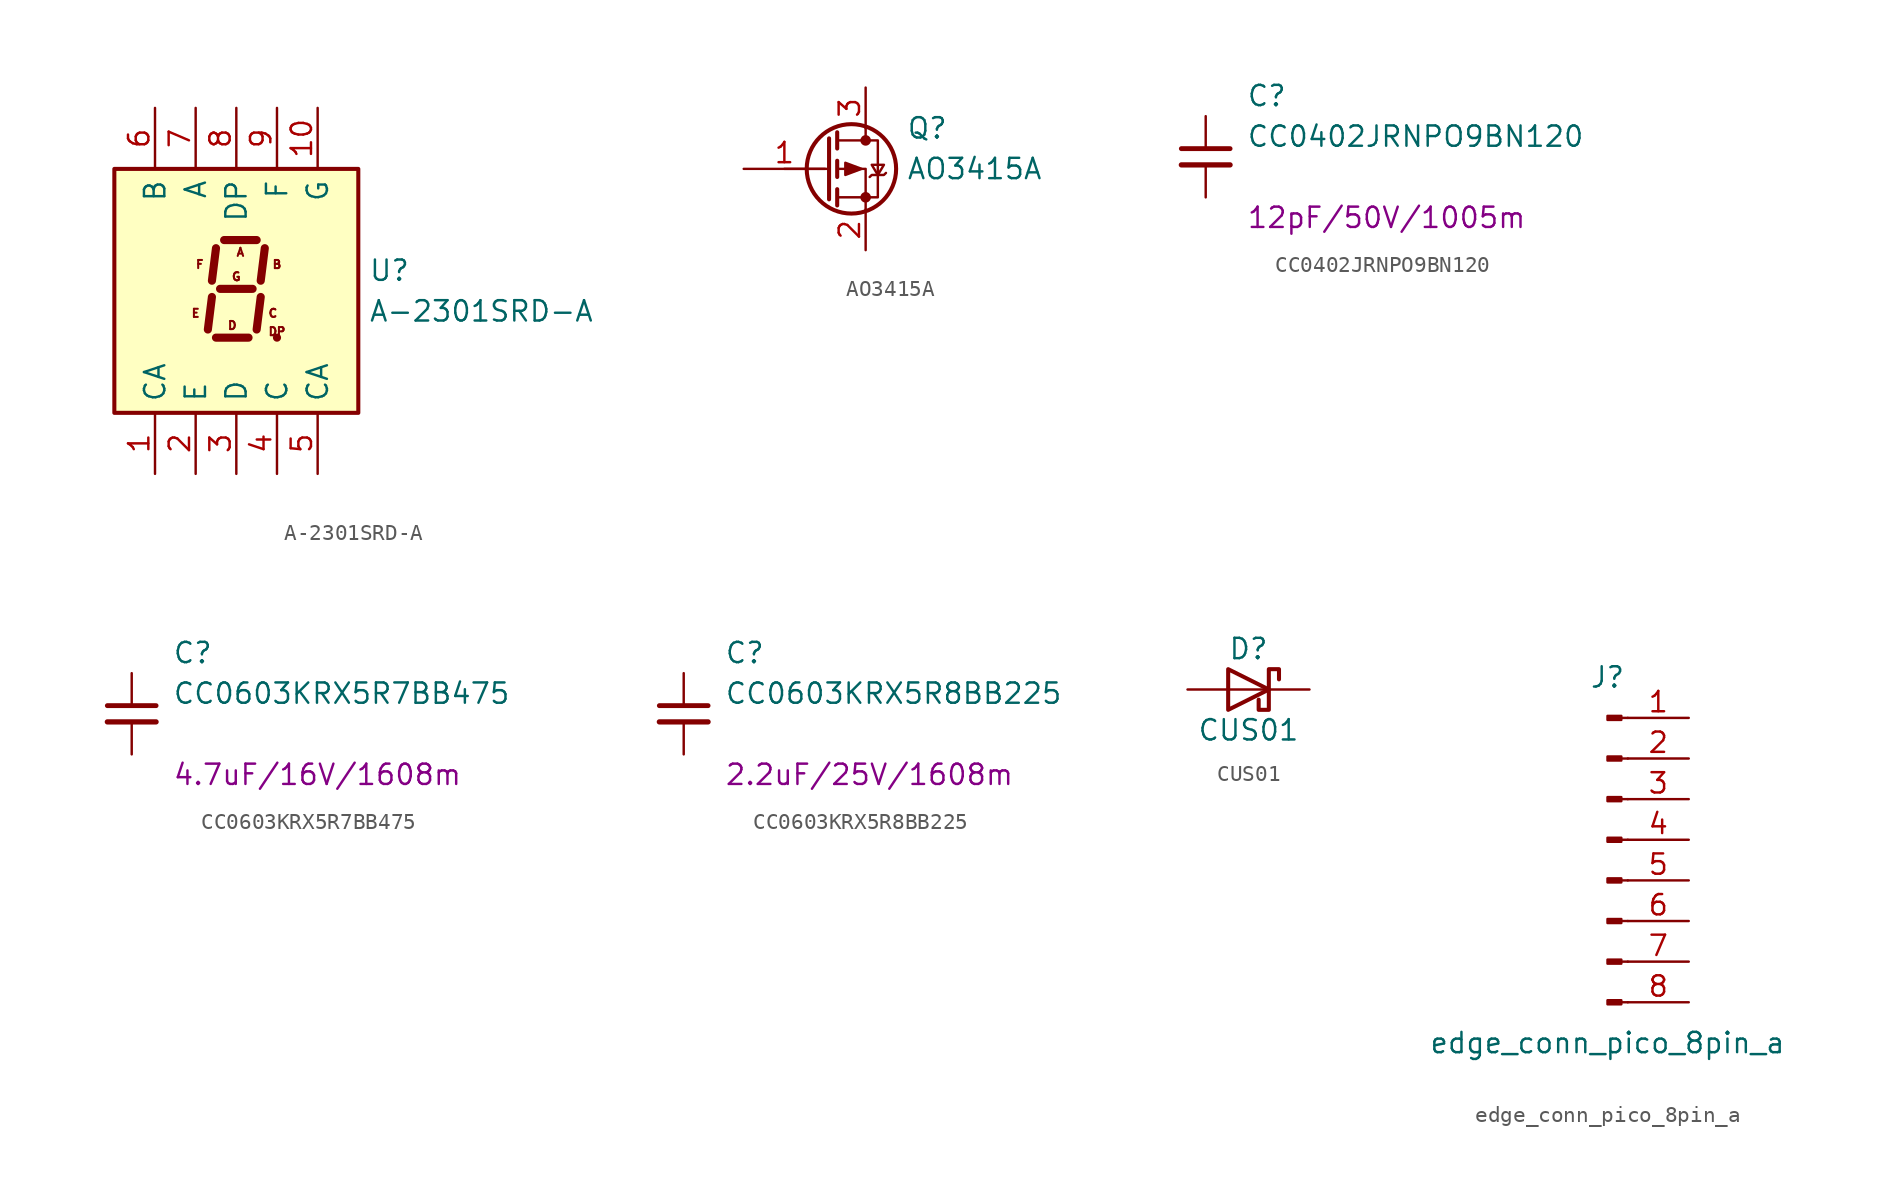
<source format=kicad_sym>
(kicad_symbol_lib
  (version 20241209)
  (generator "kicad_symbol_editor")
  (generator_version "9.0")
  (symbol "A-2301SRD-A"
    (pin_names
      (offset 0.635))
    (property "Reference" "U"
      (at 8.255 1.27 0)
      (effects (font (size 1.27 1.27)) (justify left)))
    (property "Value" "A-2301SRD-A"
      (at 8.255 -1.27 0)
      (effects (font (size 1.27 1.27)) (justify left)))
    (symbol "A-2301SRD-A_0_0"
      (text "E" (at -2.54 -1.397 0) (effects (font (size 0.508 0.508))))
      (text "F" (at -2.286 1.651 0) (effects (font (size 0.508 0.508))))
      (text "D" (at -0.254 -2.159 0) (effects (font (size 0.508 0.508))))
      (text "G" (at 0 0.889 0) (effects (font (size 0.508 0.508))))
      (text "A" (at 0.254 2.413 0) (effects (font (size 0.508 0.508))))
      (text "C" (at 2.286 -1.397 0) (effects (font (size 0.508 0.508))))
      (text "B" (at 2.54 1.651 0) (effects (font (size 0.508 0.508))))
      (text "DP" (at 2.54 -2.54 0) (effects (font (size 0.508 0.508)))))
    (symbol "A-2301SRD-A_0_1"
      (rectangle (start -7.62 7.62) (end 7.62 -7.62) (stroke (width 0.254) (type default)) (fill (type background)))
      (polyline (pts (xy -1.524 -0.381) (xy -1.778 -2.413)) (stroke (width 0.508) (type default)) (fill (type none)))
      (polyline (pts (xy -1.27 2.667) (xy -1.524 0.635)) (stroke (width 0.508) (type default)) (fill (type none)))
      (polyline (pts (xy -1.27 -2.921) (xy 0.762 -2.921)) (stroke (width 0.508) (type default)) (fill (type none)))
      (polyline (pts (xy -1.016 0.127) (xy 1.016 0.127)) (stroke (width 0.508) (type default)) (fill (type none)))
      (polyline (pts (xy -0.762 3.175) (xy 1.27 3.175)) (stroke (width 0.508) (type default)) (fill (type none)))
      (polyline (pts (xy 1.524 -0.381) (xy 1.27 -2.413)) (stroke (width 0.508) (type default)) (fill (type none)))
      (polyline (pts (xy 1.778 2.667) (xy 1.524 0.635)) (stroke (width 0.508) (type default)) (fill (type none)))
      (polyline (pts (xy 2.54 -2.921) (xy 2.54 -2.921)) (stroke (width 0.508) (type default)) (fill (type none))))
    (symbol "A-2301SRD-A_1_1"
      (pin passive line (at -5.08 11.43 270) (length 3.81) (name "B" (effects (font (size 1.27 1.27)))) (number "6" (effects (font (size 1.27 1.27)))))
      (pin passive line (at -5.08 -11.43 90) (length 3.81) (name "CA" (effects (font (size 1.27 1.27)))) (number "1" (effects (font (size 1.27 1.27)))))
      (pin passive line (at -2.54 11.43 270) (length 3.81) (name "A" (effects (font (size 1.27 1.27)))) (number "7" (effects (font (size 1.27 1.27)))))
      (pin passive line (at -2.54 -11.43 90) (length 3.81) (name "E" (effects (font (size 1.27 1.27)))) (number "2" (effects (font (size 1.27 1.27)))))
      (pin passive line (at 0 11.43 270) (length 3.81) (name "DP" (effects (font (size 1.27 1.27)))) (number "8" (effects (font (size 1.27 1.27)))))
      (pin passive line (at 0 -11.43 90) (length 3.81) (name "D" (effects (font (size 1.27 1.27)))) (number "3" (effects (font (size 1.27 1.27)))))
      (pin passive line (at 2.54 11.43 270) (length 3.81) (name "F" (effects (font (size 1.27 1.27)))) (number "9" (effects (font (size 1.27 1.27)))))
      (pin passive line (at 2.54 -11.43 90) (length 3.81) (name "C" (effects (font (size 1.27 1.27)))) (number "4" (effects (font (size 1.27 1.27)))))
      (pin passive line (at 5.08 11.43 270) (length 3.81) (name "G" (effects (font (size 1.27 1.27)))) (number "10" (effects (font (size 1.27 1.27)))))
      (pin passive line (at 5.08 -11.43 90) (length 3.81) (name "CA" (effects (font (size 1.27 1.27)))) (number "5" (effects (font (size 1.27 1.27)))))))
  (symbol "AO3415A"
    (pin_names
      (offset 0)
      (hide yes))
    (property "Reference" "Q"
      (at 5.08 2.54 0)
      (effects (font (size 1.27 1.27)) (justify left)))
    (property "Value" "AO3415A"
      (at 5.08 0 0)
      (effects (font (size 1.27 1.27)) (justify left)))
    (symbol "AO3415A_0_1"
      (polyline (pts (xy -2.54 0) (xy 0.254 0)) (stroke (width 0) (type default)) (fill (type none)))
      (polyline (pts (xy 0.254 1.905) (xy 0.254 -1.905)) (stroke (width 0.254) (type default)) (fill (type none)))
      (polyline (pts (xy 0.762 2.286) (xy 0.762 1.27)) (stroke (width 0.254) (type default)) (fill (type none)))
      (polyline (pts (xy 0.762 1.778) (xy 3.302 1.778) (xy 3.302 -1.778) (xy 0.762 -1.778)) (stroke (width 0) (type default)) (fill (type none)))
      (polyline (pts (xy 0.762 0.508) (xy 0.762 -0.508)) (stroke (width 0.254) (type default)) (fill (type none)))
      (polyline (pts (xy 0.762 -1.27) (xy 0.762 -2.286)) (stroke (width 0.254) (type default)) (fill (type none)))
      (circle (center 1.651 0) (radius 2.794) (stroke (width 0.254) (type default)) (fill (type none)))
      (polyline (pts (xy 2.286 0) (xy 1.27 0.381) (xy 1.27 -0.381) (xy 2.286 0)) (stroke (width 0) (type default)) (fill (type outline)))
      (polyline (pts (xy 2.54 2.54) (xy 2.54 1.778)) (stroke (width 0) (type default)) (fill (type none)))
      (circle (center 2.54 1.778) (radius 0.254) (stroke (width 0) (type default)) (fill (type outline)))
      (circle (center 2.54 -1.778) (radius 0.254) (stroke (width 0) (type default)) (fill (type outline)))
      (polyline (pts (xy 2.54 -2.54) (xy 2.54 0) (xy 0.762 0)) (stroke (width 0) (type default)) (fill (type none)))
      (polyline (pts (xy 2.794 -0.508) (xy 2.921 -0.381) (xy 3.683 -0.381) (xy 3.81 -0.254)) (stroke (width 0) (type default)) (fill (type none)))
      (polyline (pts (xy 3.302 -0.381) (xy 2.921 0.254) (xy 3.683 0.254) (xy 3.302 -0.381)) (stroke (width 0) (type default)) (fill (type none))))
    (symbol "AO3415A_1_1"
      (pin input line (at -5.08 0 0) (length 5.08) (name "G" (effects (font (size 1.27 1.27)))) (number "1" (effects (font (size 1.27 1.27)))))
      (pin passive line (at 2.54 5.08 270) (length 2.54) (name "D" (effects (font (size 1.27 1.27)))) (number "3" (effects (font (size 1.27 1.27)))))
      (pin passive line (at 2.54 -5.08 90) (length 2.54) (name "S" (effects (font (size 1.27 1.27)))) (number "2" (effects (font (size 1.27 1.27)))))))
  (symbol "CC0402JRNPO9BN120"
    (pin_numbers
      (hide yes))
    (pin_names
      (offset 0.254)
      (hide yes))
    (property "Reference" "C"
      (at 2.54 3.81 0)
      (effects (font (size 1.27 1.27)) (justify left)))
    (property "Value" "CC0402JRNPO9BN120"
      (at 2.54 1.27 0)
      (effects (font (size 1.27 1.27)) (justify left)))
    (property "Param" "12pF/50V/1005m"
      (at 2.54 -3.81 0)
      (effects (font (size 1.27 1.27)) (justify left)))
    (symbol "CC0402JRNPO9BN120_0_1"
      (polyline (pts (xy -1.524 0.508) (xy 1.524 0.508)) (stroke (width 0.305) (type default)) (fill (type none)))
      (polyline (pts (xy -1.524 -0.508) (xy 1.524 -0.508)) (stroke (width 0.33) (type default)) (fill (type none))))
    (symbol "CC0402JRNPO9BN120_1_1"
      (pin passive line (at 0 2.54 270) (length 2.032) (name "~" (effects (font (size 1.27 1.27)))) (number "1" (effects (font (size 1.27 1.27)))))
      (pin passive line (at 0 -2.54 90) (length 2.032) (name "~" (effects (font (size 1.27 1.27)))) (number "2" (effects (font (size 1.27 1.27)))))))
  (symbol "CC0603KRX5R7BB475"
    (pin_numbers
      (hide yes))
    (pin_names
      (offset 0.254)
      (hide yes))
    (property "Reference" "C"
      (at 2.54 3.81 0)
      (effects (font (size 1.27 1.27)) (justify left)))
    (property "Value" "CC0603KRX5R7BB475"
      (at 2.54 1.27 0)
      (effects (font (size 1.27 1.27)) (justify left)))
    (property "Param" "4.7uF/16V/1608m"
      (at 2.54 -3.81 0)
      (effects (font (size 1.27 1.27)) (justify left)))
    (symbol "CC0603KRX5R7BB475_0_1"
      (polyline (pts (xy -1.524 0.508) (xy 1.524 0.508)) (stroke (width 0.305) (type default)) (fill (type none)))
      (polyline (pts (xy -1.524 -0.508) (xy 1.524 -0.508)) (stroke (width 0.33) (type default)) (fill (type none))))
    (symbol "CC0603KRX5R7BB475_1_1"
      (pin passive line (at 0 2.54 270) (length 2.032) (name "~" (effects (font (size 1.27 1.27)))) (number "1" (effects (font (size 1.27 1.27)))))
      (pin passive line (at 0 -2.54 90) (length 2.032) (name "~" (effects (font (size 1.27 1.27)))) (number "2" (effects (font (size 1.27 1.27)))))))
  (symbol "CC0603KRX5R8BB225"
    (pin_numbers
      (hide yes))
    (pin_names
      (offset 0.254)
      (hide yes))
    (property "Reference" "C"
      (at 2.54 3.81 0)
      (effects (font (size 1.27 1.27)) (justify left)))
    (property "Value" "CC0603KRX5R8BB225"
      (at 2.54 1.27 0)
      (effects (font (size 1.27 1.27)) (justify left)))
    (property "Param" "2.2uF/25V/1608m"
      (at 2.54 -3.81 0)
      (effects (font (size 1.27 1.27)) (justify left)))
    (symbol "CC0603KRX5R8BB225_0_1"
      (polyline (pts (xy -1.524 0.508) (xy 1.524 0.508)) (stroke (width 0.305) (type default)) (fill (type none)))
      (polyline (pts (xy -1.524 -0.508) (xy 1.524 -0.508)) (stroke (width 0.33) (type default)) (fill (type none))))
    (symbol "CC0603KRX5R8BB225_1_1"
      (pin passive line (at 0 2.54 270) (length 2.032) (name "~" (effects (font (size 1.27 1.27)))) (number "1" (effects (font (size 1.27 1.27)))))
      (pin passive line (at 0 -2.54 90) (length 2.032) (name "~" (effects (font (size 1.27 1.27)))) (number "2" (effects (font (size 1.27 1.27)))))))
  (symbol "CUS01"
    (pin_numbers
      (hide yes))
    (pin_names
      (offset 1.016)
      (hide yes))
    (property "Reference" "D"
      (at 0 2.54 0)
      (effects (font (size 1.27 1.27))))
    (property "Value" "CUS01"
      (at 0 -2.54 0)
      (effects (font (size 1.27 1.27))))
    (symbol "CUS01_0_1"
      (polyline (pts (xy -1.27 1.27) (xy -1.27 -1.27) (xy 1.27 0) (xy -1.27 1.27)) (stroke (width 0.254) (type default)) (fill (type none)))
      (polyline (pts (xy -1.27 0) (xy 1.27 0)) (stroke (width 0) (type default)) (fill (type none)))
      (polyline (pts (xy 1.905 0.635) (xy 1.905 1.27) (xy 1.27 1.27) (xy 1.27 -1.27) (xy 0.635 -1.27) (xy 0.635 -0.635)) (stroke (width 0.254) (type default)) (fill (type none))))
    (symbol "CUS01_1_1"
      (pin passive line (at -3.81 0 0) (length 2.54) (name "A" (effects (font (size 1.27 1.27)))) (number "1" (effects (font (size 1.27 1.27)))))
      (pin passive line (at 3.81 0 180) (length 2.54) (name "K" (effects (font (size 1.27 1.27)))) (number "2" (effects (font (size 1.27 1.27)))))))
  (symbol "edge_conn_pico_8pin_a"
    (pin_names
      (offset 1.016)
      (hide yes))
    (property "Reference" "J"
      (at 0 10.16 0)
      (effects (font (size 1.27 1.27))))
    (property "Value" "edge_conn_pico_8pin_a"
      (at 0 -12.7 0)
      (effects (font (size 1.27 1.27))))
    (symbol "edge_conn_pico_8pin_a_1_1"
      (rectangle (start 0.864 7.747) (end 0 7.493) (stroke (width 0.152) (type default)) (fill (type outline)))
      (rectangle (start 0.864 5.207) (end 0 4.953) (stroke (width 0.152) (type default)) (fill (type outline)))
      (rectangle (start 0.864 2.667) (end 0 2.413) (stroke (width 0.152) (type default)) (fill (type outline)))
      (rectangle (start 0.864 0.127) (end 0 -0.127) (stroke (width 0.152) (type default)) (fill (type outline)))
      (rectangle (start 0.864 -2.413) (end 0 -2.667) (stroke (width 0.152) (type default)) (fill (type outline)))
      (rectangle (start 0.864 -4.953) (end 0 -5.207) (stroke (width 0.152) (type default)) (fill (type outline)))
      (rectangle (start 0.864 -7.493) (end 0 -7.747) (stroke (width 0.152) (type default)) (fill (type outline)))
      (rectangle (start 0.864 -10.033) (end 0 -10.287) (stroke (width 0.152) (type default)) (fill (type outline)))
      (polyline (pts (xy 1.27 7.62) (xy 0.864 7.62)) (stroke (width 0.152) (type default)) (fill (type none)))
      (polyline (pts (xy 1.27 5.08) (xy 0.864 5.08)) (stroke (width 0.152) (type default)) (fill (type none)))
      (polyline (pts (xy 1.27 2.54) (xy 0.864 2.54)) (stroke (width 0.152) (type default)) (fill (type none)))
      (polyline (pts (xy 1.27 0) (xy 0.864 0)) (stroke (width 0.152) (type default)) (fill (type none)))
      (polyline (pts (xy 1.27 -2.54) (xy 0.864 -2.54)) (stroke (width 0.152) (type default)) (fill (type none)))
      (polyline (pts (xy 1.27 -5.08) (xy 0.864 -5.08)) (stroke (width 0.152) (type default)) (fill (type none)))
      (polyline (pts (xy 1.27 -7.62) (xy 0.864 -7.62)) (stroke (width 0.152) (type default)) (fill (type none)))
      (polyline (pts (xy 1.27 -10.16) (xy 0.864 -10.16)) (stroke (width 0.152) (type default)) (fill (type none)))
      (pin passive line (at 5.08 7.62 180) (length 3.81) (name "Pin_1" (effects (font (size 1.27 1.27)))) (number "1" (effects (font (size 1.27 1.27)))))
      (pin passive line (at 5.08 5.08 180) (length 3.81) (name "Pin_2" (effects (font (size 1.27 1.27)))) (number "2" (effects (font (size 1.27 1.27)))))
      (pin passive line (at 5.08 2.54 180) (length 3.81) (name "Pin_3" (effects (font (size 1.27 1.27)))) (number "3" (effects (font (size 1.27 1.27)))))
      (pin passive line (at 5.08 0 180) (length 3.81) (name "Pin_4" (effects (font (size 1.27 1.27)))) (number "4" (effects (font (size 1.27 1.27)))))
      (pin passive line (at 5.08 -2.54 180) (length 3.81) (name "Pin_5" (effects (font (size 1.27 1.27)))) (number "5" (effects (font (size 1.27 1.27)))))
      (pin passive line (at 5.08 -5.08 180) (length 3.81) (name "Pin_6" (effects (font (size 1.27 1.27)))) (number "6" (effects (font (size 1.27 1.27)))))
      (pin passive line (at 5.08 -7.62 180) (length 3.81) (name "Pin_7" (effects (font (size 1.27 1.27)))) (number "7" (effects (font (size 1.27 1.27)))))
      (pin passive line (at 5.08 -10.16 180) (length 3.81) (name "Pin_8" (effects (font (size 1.27 1.27)))) (number "8" (effects (font (size 1.27 1.27))))))))
</source>
